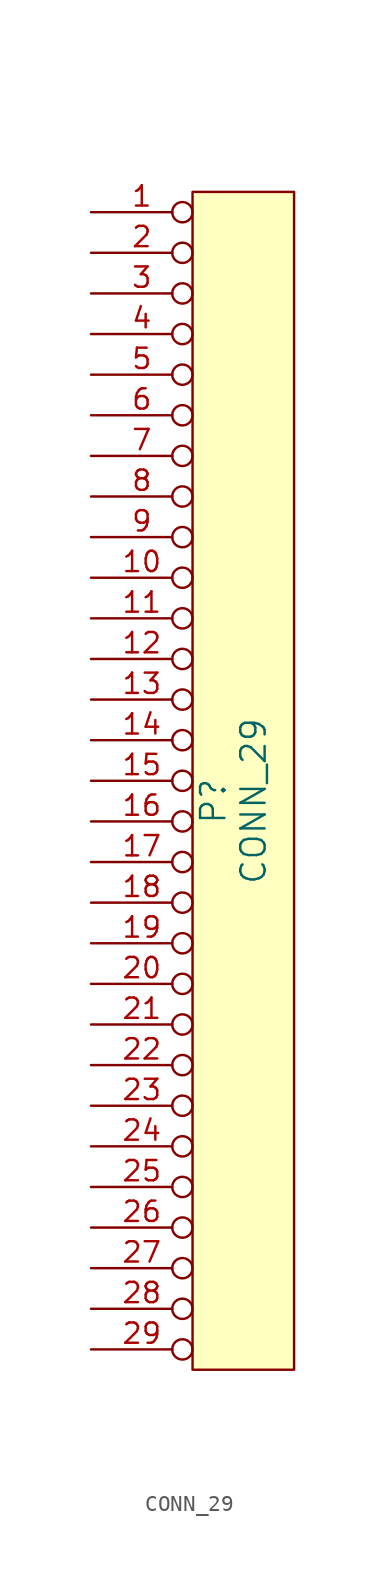
<source format=kicad_sym>
(kicad_symbol_lib
  (version 20211014)
  (generator kicad_symbol_editor)
  (symbol "CONN_29"
    (pin_names
      (offset 1.016) hide)
    (property "Reference" "P"
      (at -1.245 0 90)
      (effects (font (size 1.524 1.524))))
    (property "Value" "CONN_29"
      (at 1.27 0 90)
      (effects (font (size 1.524 1.524))))
    (symbol "CONN_29_0_1"
      (rectangle (start -2.54 38.1) (end 3.81 -35.56) (stroke (width 0) (type default) (color 0 0 0 0)) (fill (type background))))
    (symbol "CONN_29_1_1"
      (pin passive inverted (at -8.89 36.83 0) (length 6.35) (name "P1" (effects (font (size 1.27 1.27)))) (number "1" (effects (font (size 1.27 1.27)))))
      (pin passive inverted (at -8.89 13.97 0) (length 6.35) (name "P10" (effects (font (size 1.27 1.27)))) (number "10" (effects (font (size 1.27 1.27)))))
      (pin passive inverted (at -8.89 11.43 0) (length 6.35) (name "P11" (effects (font (size 1.27 1.27)))) (number "11" (effects (font (size 1.27 1.27)))))
      (pin passive inverted (at -8.89 8.89 0) (length 6.35) (name "P12" (effects (font (size 1.27 1.27)))) (number "12" (effects (font (size 1.27 1.27)))))
      (pin passive inverted (at -8.89 6.35 0) (length 6.35) (name "P13" (effects (font (size 1.27 1.27)))) (number "13" (effects (font (size 1.27 1.27)))))
      (pin passive inverted (at -8.89 3.81 0) (length 6.35) (name "P14" (effects (font (size 1.27 1.27)))) (number "14" (effects (font (size 1.27 1.27)))))
      (pin passive inverted (at -8.89 1.27 0) (length 6.35) (name "P15" (effects (font (size 1.27 1.27)))) (number "15" (effects (font (size 1.27 1.27)))))
      (pin passive inverted (at -8.89 -1.27 0) (length 6.35) (name "P16" (effects (font (size 1.27 1.27)))) (number "16" (effects (font (size 1.27 1.27)))))
      (pin passive inverted (at -8.89 -3.81 0) (length 6.35) (name "P17" (effects (font (size 1.27 1.27)))) (number "17" (effects (font (size 1.27 1.27)))))
      (pin passive inverted (at -8.89 -6.35 0) (length 6.35) (name "P18" (effects (font (size 1.27 1.27)))) (number "18" (effects (font (size 1.27 1.27)))))
      (pin passive inverted (at -8.89 -8.89 0) (length 6.35) (name "P19" (effects (font (size 1.27 1.27)))) (number "19" (effects (font (size 1.27 1.27)))))
      (pin passive inverted (at -8.89 34.29 0) (length 6.35) (name "P2" (effects (font (size 1.27 1.27)))) (number "2" (effects (font (size 1.27 1.27)))))
      (pin passive inverted (at -8.89 -11.43 0) (length 6.35) (name "P20" (effects (font (size 1.27 1.27)))) (number "20" (effects (font (size 1.27 1.27)))))
      (pin passive inverted (at -8.89 -13.97 0) (length 6.35) (name "P21" (effects (font (size 1.27 1.27)))) (number "21" (effects (font (size 1.27 1.27)))))
      (pin passive inverted (at -8.89 -16.51 0) (length 6.35) (name "P22" (effects (font (size 1.27 1.27)))) (number "22" (effects (font (size 1.27 1.27)))))
      (pin passive inverted (at -8.89 -19.05 0) (length 6.35) (name "P23" (effects (font (size 1.27 1.27)))) (number "23" (effects (font (size 1.27 1.27)))))
      (pin passive inverted (at -8.89 -21.59 0) (length 6.35) (name "P24" (effects (font (size 1.27 1.27)))) (number "24" (effects (font (size 1.27 1.27)))))
      (pin passive inverted (at -8.89 -24.13 0) (length 6.35) (name "P25" (effects (font (size 1.27 1.27)))) (number "25" (effects (font (size 1.27 1.27)))))
      (pin passive inverted (at -8.89 -26.67 0) (length 6.35) (name "P26" (effects (font (size 1.27 1.27)))) (number "26" (effects (font (size 1.27 1.27)))))
      (pin passive inverted (at -8.89 -29.21 0) (length 6.35) (name "P27" (effects (font (size 1.27 1.27)))) (number "27" (effects (font (size 1.27 1.27)))))
      (pin passive inverted (at -8.89 -31.75 0) (length 6.35) (name "P28" (effects (font (size 1.27 1.27)))) (number "28" (effects (font (size 1.27 1.27)))))
      (pin passive inverted (at -8.89 -34.29 0) (length 6.35) (name "P29" (effects (font (size 1.27 1.27)))) (number "29" (effects (font (size 1.27 1.27)))))
      (pin passive inverted (at -8.89 31.75 0) (length 6.35) (name "P3" (effects (font (size 1.27 1.27)))) (number "3" (effects (font (size 1.27 1.27)))))
      (pin passive inverted (at -8.89 29.21 0) (length 6.35) (name "P4" (effects (font (size 1.27 1.27)))) (number "4" (effects (font (size 1.27 1.27)))))
      (pin passive inverted (at -8.89 26.67 0) (length 6.35) (name "P5" (effects (font (size 1.27 1.27)))) (number "5" (effects (font (size 1.27 1.27)))))
      (pin passive inverted (at -8.89 24.13 0) (length 6.35) (name "P6" (effects (font (size 1.27 1.27)))) (number "6" (effects (font (size 1.27 1.27)))))
      (pin passive inverted (at -8.89 21.59 0) (length 6.35) (name "P7" (effects (font (size 1.27 1.27)))) (number "7" (effects (font (size 1.27 1.27)))))
      (pin passive inverted (at -8.89 19.05 0) (length 6.35) (name "P8" (effects (font (size 1.27 1.27)))) (number "8" (effects (font (size 1.27 1.27)))))
      (pin passive inverted (at -8.89 16.51 0) (length 6.35) (name "P9" (effects (font (size 1.27 1.27)))) (number "9" (effects (font (size 1.27 1.27))))))))
</source>
